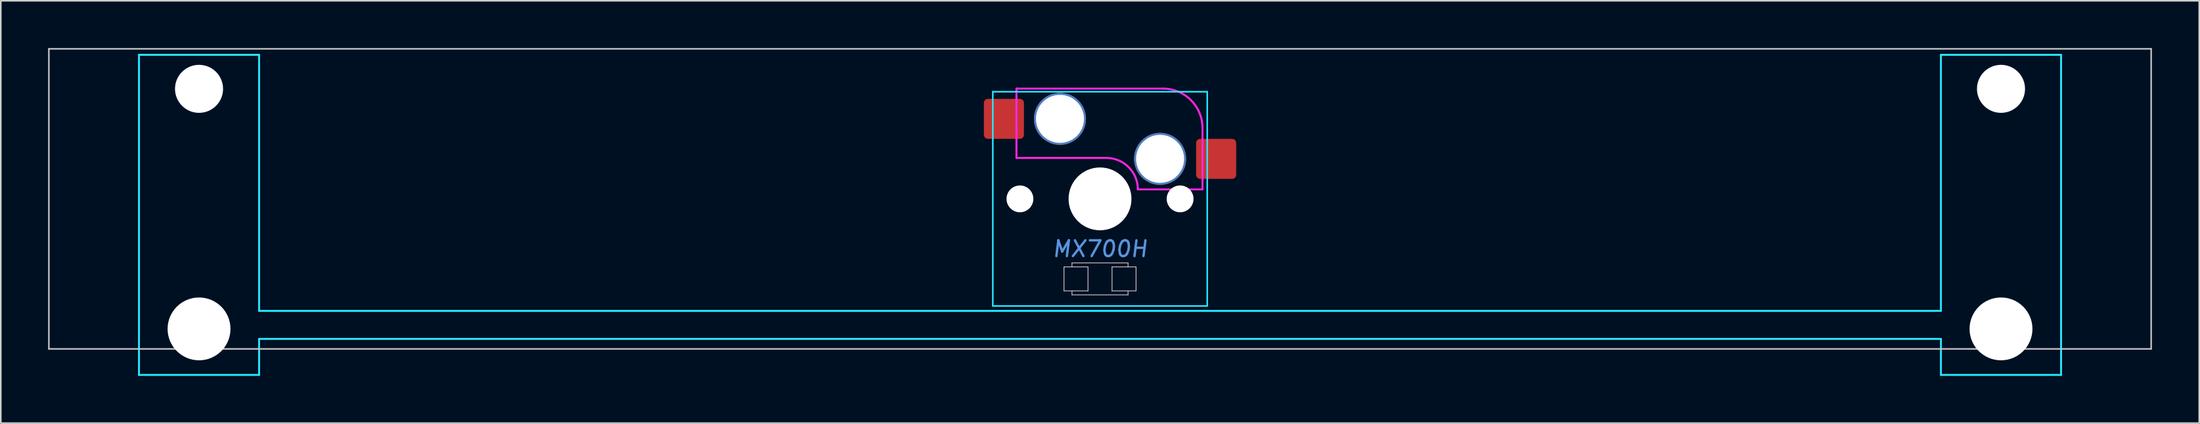
<source format=kicad_pcb>
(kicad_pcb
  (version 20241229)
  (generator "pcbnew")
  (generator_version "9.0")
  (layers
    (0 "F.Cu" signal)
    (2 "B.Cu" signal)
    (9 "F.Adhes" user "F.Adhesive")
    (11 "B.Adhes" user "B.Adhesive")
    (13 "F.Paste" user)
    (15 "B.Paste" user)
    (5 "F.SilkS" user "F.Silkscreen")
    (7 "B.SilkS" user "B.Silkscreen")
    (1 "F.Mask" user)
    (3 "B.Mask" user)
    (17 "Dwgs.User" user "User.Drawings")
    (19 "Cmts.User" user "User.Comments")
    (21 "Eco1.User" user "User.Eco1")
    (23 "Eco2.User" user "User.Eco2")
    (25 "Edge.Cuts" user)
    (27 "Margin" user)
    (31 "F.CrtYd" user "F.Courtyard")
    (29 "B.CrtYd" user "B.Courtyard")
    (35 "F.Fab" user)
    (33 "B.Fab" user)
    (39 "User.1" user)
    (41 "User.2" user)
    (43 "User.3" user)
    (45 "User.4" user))
  (footprint "MX700H"
    (layer "F.Cu")
    (at 66.725 9.575)
    (property "Reference" "MX700H" (at 0 3.175 0) (layer "Cmts.User") (effects (font (size 1 1) (thickness 0.15) (italic yes))))
    (attr smd)
    (fp_line (start -66.675 -9.525) (end -66.675 9.525) (stroke (width 0.1) (type solid)) (layer "Dwgs.User"))
    (fp_line (start -66.675 -9.525) (end 66.675 -9.525) (stroke (width 0.1) (type solid)) (layer "Dwgs.User"))
    (fp_line (start -66.675 9.525) (end 66.675 9.525) (stroke (width 0.1) (type solid)) (layer "Dwgs.User"))
    (fp_line (start -2.286 4.318) (end -0.762 4.318) (stroke (width 0.051) (type solid)) (layer "Dwgs.User"))
    (fp_line (start -2.286 5.842) (end -2.286 4.318) (stroke (width 0.051) (type solid)) (layer "Dwgs.User"))
    (fp_line (start -1.778 4.064) (end 1.778 4.064) (stroke (width 0.051) (type solid)) (layer "Dwgs.User"))
    (fp_line (start -1.778 4.318) (end -1.778 4.064) (stroke (width 0.051) (type solid)) (layer "Dwgs.User"))
    (fp_line (start -1.778 6.096) (end -1.778 5.842) (stroke (width 0.051) (type solid)) (layer "Dwgs.User"))
    (fp_line (start -0.762 4.318) (end -0.762 5.842) (stroke (width 0.051) (type solid)) (layer "Dwgs.User"))
    (fp_line (start -0.762 5.842) (end -2.286 5.842) (stroke (width 0.051) (type solid)) (layer "Dwgs.User"))
    (fp_line (start 0.762 4.318) (end 2.286 4.318) (stroke (width 0.051) (type solid)) (layer "Dwgs.User"))
    (fp_line (start 0.762 5.842) (end 0.762 4.318) (stroke (width 0.051) (type solid)) (layer "Dwgs.User"))
    (fp_line (start 1.778 4.064) (end 1.778 4.318) (stroke (width 0.051) (type solid)) (layer "Dwgs.User"))
    (fp_line (start 1.778 5.842) (end 1.778 6.096) (stroke (width 0.051) (type solid)) (layer "Dwgs.User"))
    (fp_line (start 1.778 6.096) (end -1.778 6.096) (stroke (width 0.051) (type solid)) (layer "Dwgs.User"))
    (fp_line (start 2.286 4.318) (end 2.286 5.842) (stroke (width 0.051) (type solid)) (layer "Dwgs.User"))
    (fp_line (start 2.286 5.842) (end 0.762 5.842) (stroke (width 0.051) (type solid)) (layer "Dwgs.User"))
    (fp_line (start 66.675 -9.525) (end 66.675 9.525) (stroke (width 0.1) (type solid)) (layer "Dwgs.User"))
    (fp_line (start -60.65 -5.485) (end -60.65 8.515) (stroke (width 0.1) (type solid)) (layer "Eco1.User"))
    (fp_line (start -60.15 -5.985) (end -54.15 -5.985) (stroke (width 0.1) (type solid)) (layer "Eco1.User"))
    (fp_line (start -54.15 9.015) (end -60.15 9.015) (stroke (width 0.1) (type solid)) (layer "Eco1.User"))
    (fp_line (start -53.65 8.515) (end -53.65 -5.485) (stroke (width 0.1) (type solid)) (layer "Eco1.User"))
    (fp_line (start -7 -6.5) (end -7 6.5) (stroke (width 0.1) (type solid)) (layer "Eco1.User"))
    (fp_line (start -6.5 7) (end 6.5 7) (stroke (width 0.1) (type solid)) (layer "Eco1.User"))
    (fp_line (start 6.5 -7) (end -6.5 -7) (stroke (width 0.1) (type solid)) (layer "Eco1.User"))
    (fp_line (start 7 6.5) (end 7 -6.5) (stroke (width 0.1) (type solid)) (layer "Eco1.User"))
    (fp_line (start 53.65 -5.485) (end 53.65 8.515) (stroke (width 0.1) (type solid)) (layer "Eco1.User"))
    (fp_line (start 54.15 -5.985) (end 60.15 -5.985) (stroke (width 0.1) (type solid)) (layer "Eco1.User"))
    (fp_line (start 60.15 9.015) (end 54.15 9.015) (stroke (width 0.1) (type solid)) (layer "Eco1.User"))
    (fp_line (start 60.65 8.515) (end 60.65 -5.485) (stroke (width 0.1) (type solid)) (layer "Eco1.User"))
    (fp_arc (start -60.65 -5.485) (mid -60.503553 -5.838553) (end -60.15 -5.985) (stroke (width 0.1) (type solid)) (layer "Eco1.User"))
    (fp_arc (start -60.15 9.015) (mid -60.503553 8.868553) (end -60.65 8.515) (stroke (width 0.1) (type solid)) (layer "Eco1.User"))
    (fp_arc (start -54.15 -5.985) (mid -53.796447 -5.838553) (end -53.65 -5.485) (stroke (width 0.1) (type solid)) (layer "Eco1.User"))
    (fp_arc (start -53.65 8.515) (mid -53.796447 8.868553) (end -54.15 9.015) (stroke (width 0.1) (type solid)) (layer "Eco1.User"))
    (fp_arc (start -7 -6.5) (mid -6.853553 -6.853553) (end -6.5 -7) (stroke (width 0.1) (type solid)) (layer "Eco1.User"))
    (fp_arc (start -6.5 7) (mid -6.853553 6.853553) (end -7 6.5) (stroke (width 0.1) (type solid)) (layer "Eco1.User"))
    (fp_arc (start 6.5 -7) (mid 6.853553 -6.853553) (end 7 -6.5) (stroke (width 0.1) (type solid)) (layer "Eco1.User"))
    (fp_arc (start 7 6.5) (mid 6.853553 6.853553) (end 6.5 7) (stroke (width 0.1) (type solid)) (layer "Eco1.User"))
    (fp_arc (start 53.65 -5.485) (mid 53.796447 -5.838553) (end 54.15 -5.985) (stroke (width 0.1) (type solid)) (layer "Eco1.User"))
    (fp_arc (start 54.15 9.015) (mid 53.796447 8.868553) (end 53.65 8.515) (stroke (width 0.1) (type solid)) (layer "Eco1.User"))
    (fp_arc (start 60.15 -5.985) (mid 60.503553 -5.838553) (end 60.65 -5.485) (stroke (width 0.1) (type solid)) (layer "Eco1.User"))
    (fp_arc (start 60.65 8.515) (mid 60.503553 8.868553) (end 60.15 9.015) (stroke (width 0.1) (type solid)) (layer "Eco1.User"))
    (fp_line (start -60.96 -9.144) (end -53.34 -9.144) (stroke (width 0.12) (type solid)) (layer "B.CrtYd"))
    (fp_line (start -60.96 11.176) (end -60.96 -9.144) (stroke (width 0.12) (type solid)) (layer "B.CrtYd"))
    (fp_line (start -60.96 11.176) (end -53.34 11.176) (stroke (width 0.12) (type solid)) (layer "B.CrtYd"))
    (fp_line (start -53.34 7.112) (end -53.34 -9.144) (stroke (width 0.12) (type solid)) (layer "B.CrtYd"))
    (fp_line (start -53.34 7.112) (end 53.34 7.112) (stroke (width 0.12) (type solid)) (layer "B.CrtYd"))
    (fp_line (start -53.34 8.89) (end 53.34 8.89) (stroke (width 0.12) (type solid)) (layer "B.CrtYd"))
    (fp_line (start -53.34 11.176) (end -53.34 8.89) (stroke (width 0.12) (type solid)) (layer "B.CrtYd"))
    (fp_line (start -6.8 -6.8) (end -6.8 6.8) (stroke (width 0.1) (type solid)) (layer "B.CrtYd"))
    (fp_line (start 6.8 -6.8) (end -6.8 -6.8) (stroke (width 0.1) (type solid)) (layer "B.CrtYd"))
    (fp_line (start 6.8 -6.8) (end 6.8 6.8) (stroke (width 0.1) (type solid)) (layer "B.CrtYd"))
    (fp_line (start 6.8 6.8) (end -6.8 6.8) (stroke (width 0.1) (type solid)) (layer "B.CrtYd"))
    (fp_line (start 53.34 7.112) (end 53.34 -9.144) (stroke (width 0.12) (type solid)) (layer "B.CrtYd"))
    (fp_line (start 53.34 11.176) (end 53.34 8.89) (stroke (width 0.12) (type solid)) (layer "B.CrtYd"))
    (fp_line (start 60.96 -9.144) (end 53.34 -9.144) (stroke (width 0.12) (type solid)) (layer "B.CrtYd"))
    (fp_line (start 60.96 11.176) (end 53.34 11.176) (stroke (width 0.12) (type solid)) (layer "B.CrtYd"))
    (fp_line (start 60.96 11.176) (end 60.96 -9.144) (stroke (width 0.12) (type solid)) (layer "B.CrtYd"))
    (fp_line (start -5.3 -7) (end -5.3 -2.6) (stroke (width 0.127) (type solid)) (layer "F.CrtYd"))
    (fp_line (start -5.2 -7) (end -5.3 -7) (stroke (width 0.12) (type solid)) (layer "F.CrtYd"))
    (fp_line (start 0.4 -2.6) (end -5.3 -2.6) (stroke (width 0.127) (type solid)) (layer "F.CrtYd"))
    (fp_line (start 4 -7) (end -5.2 -7) (stroke (width 0.12) (type solid)) (layer "F.CrtYd"))
    (fp_line (start 6.5 -4.5) (end 6.5 -0.6) (stroke (width 0.12) (type solid)) (layer "F.CrtYd"))
    (fp_line (start 6.5 -0.6) (end 2.4 -0.6) (stroke (width 0.12) (type solid)) (layer "F.CrtYd"))
    (fp_arc (start 0.4 -2.6) (mid 1.814214 -2.014214) (end 2.4 -0.6) (stroke (width 0.127) (type solid)) (layer "F.CrtYd"))
    (fp_arc (start 4 -7) (mid 5.767767 -6.267767) (end 6.5 -4.5) (stroke (width 0.127) (type solid)) (layer "F.CrtYd"))
    (pad "" np_thru_hole circle (at -57.15 -6.985) (size 3.048 3.048) (drill 3.048) (layers "*.Cu" "*.Mask"))
    (pad "" np_thru_hole circle (at -57.15 8.255) (size 3.988 3.988) (drill 3.988) (layers "*.Cu" "*.Mask"))
    (pad "" np_thru_hole circle (at -5.08 0) (size 1.702 1.702) (drill 1.702) (layers "*.Cu" "*.Mask"))
    (pad "" np_thru_hole circle (at -2.54 -5.08) (size 3.302 3.302) (drill 3.048) (layers "*.Cu" "*.Mask"))
    (pad "" np_thru_hole circle (at 0 0) (size 3.988 3.988) (drill 3.988) (layers "*.Cu" "*.Mask"))
    (pad "" np_thru_hole circle (at 3.81 -2.54) (size 3.302 3.302) (drill 3.048) (layers "*.Cu" "*.Mask"))
    (pad "" np_thru_hole circle (at 5.08 0) (size 1.702 1.702) (drill 1.702) (layers "*.Cu" "*.Mask"))
    (pad "" np_thru_hole circle (at 57.15 -6.985) (size 3.048 3.048) (drill 3.048) (layers "*.Cu" "*.Mask"))
    (pad "" np_thru_hole circle (at 57.15 8.255) (size 3.988 3.988) (drill 3.988) (layers "*.Cu" "*.Mask"))
    (pad "1" smd roundrect (at -6.096 -5.08) (size 2.54 2.54) (layers "F.Cu" "F.Mask") (roundrect_rratio 0.1))
    (pad "2" smd roundrect (at 7.366 -2.54) (size 2.54 2.54) (layers "F.Cu" "F.Mask") (roundrect_rratio 0.1)))
  (gr_rect
    (start -3 -3)
    (end 136.45 23.811)
    (stroke (width 0.1) (type default))
    (fill no)
    (layer "Edge.Cuts")))
</source>
